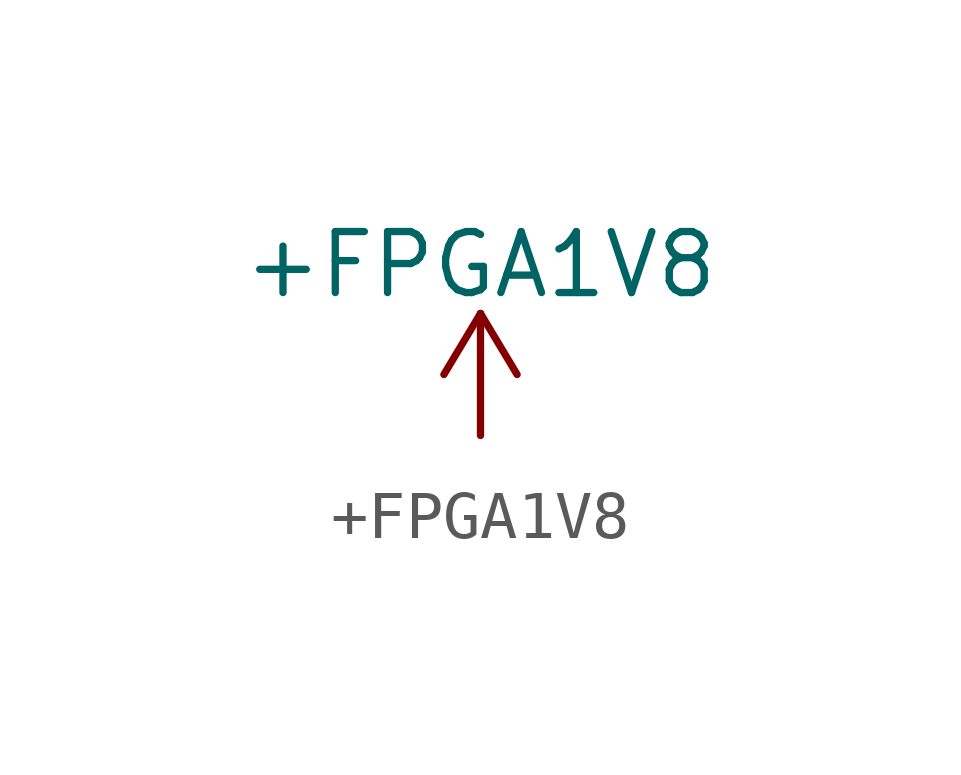
<source format=kicad_sym>
(kicad_symbol_lib
  (version 20220914)
  (generator kicad_symbol_editor)
  (symbol "+FPGA1V8"
    (power)
    (pin_names
      (offset 0))
    (property "Reference" "#PWRFPGA1V8"
      (at 0 -3.81 0)
      (effects (font (size 1.27 1.27)) hide))
    (property "Value" "+FPGA1V8"
      (at 0 3.556 0)
      (effects (font (size 1.27 1.27))))
    (symbol "+FPGA1V8_0_1"
      (polyline (pts (xy -0.762 1.27) (xy 0 2.54)) (stroke (width 0) (type default)) (fill (type none)))
      (polyline (pts (xy 0 0) (xy 0 2.54)) (stroke (width 0) (type default)) (fill (type none)))
      (polyline (pts (xy 0 2.54) (xy 0.762 1.27)) (stroke (width 0) (type default)) (fill (type none))))
    (symbol "+FPGA1V8_1_1"
      (pin power_in line (at 0 0 90) (length 0) hide (name "+FPGA1V8" (effects (font (size 1.27 1.27)))) (number "1" (effects (font (size 1.27 1.27))))))))
</source>
